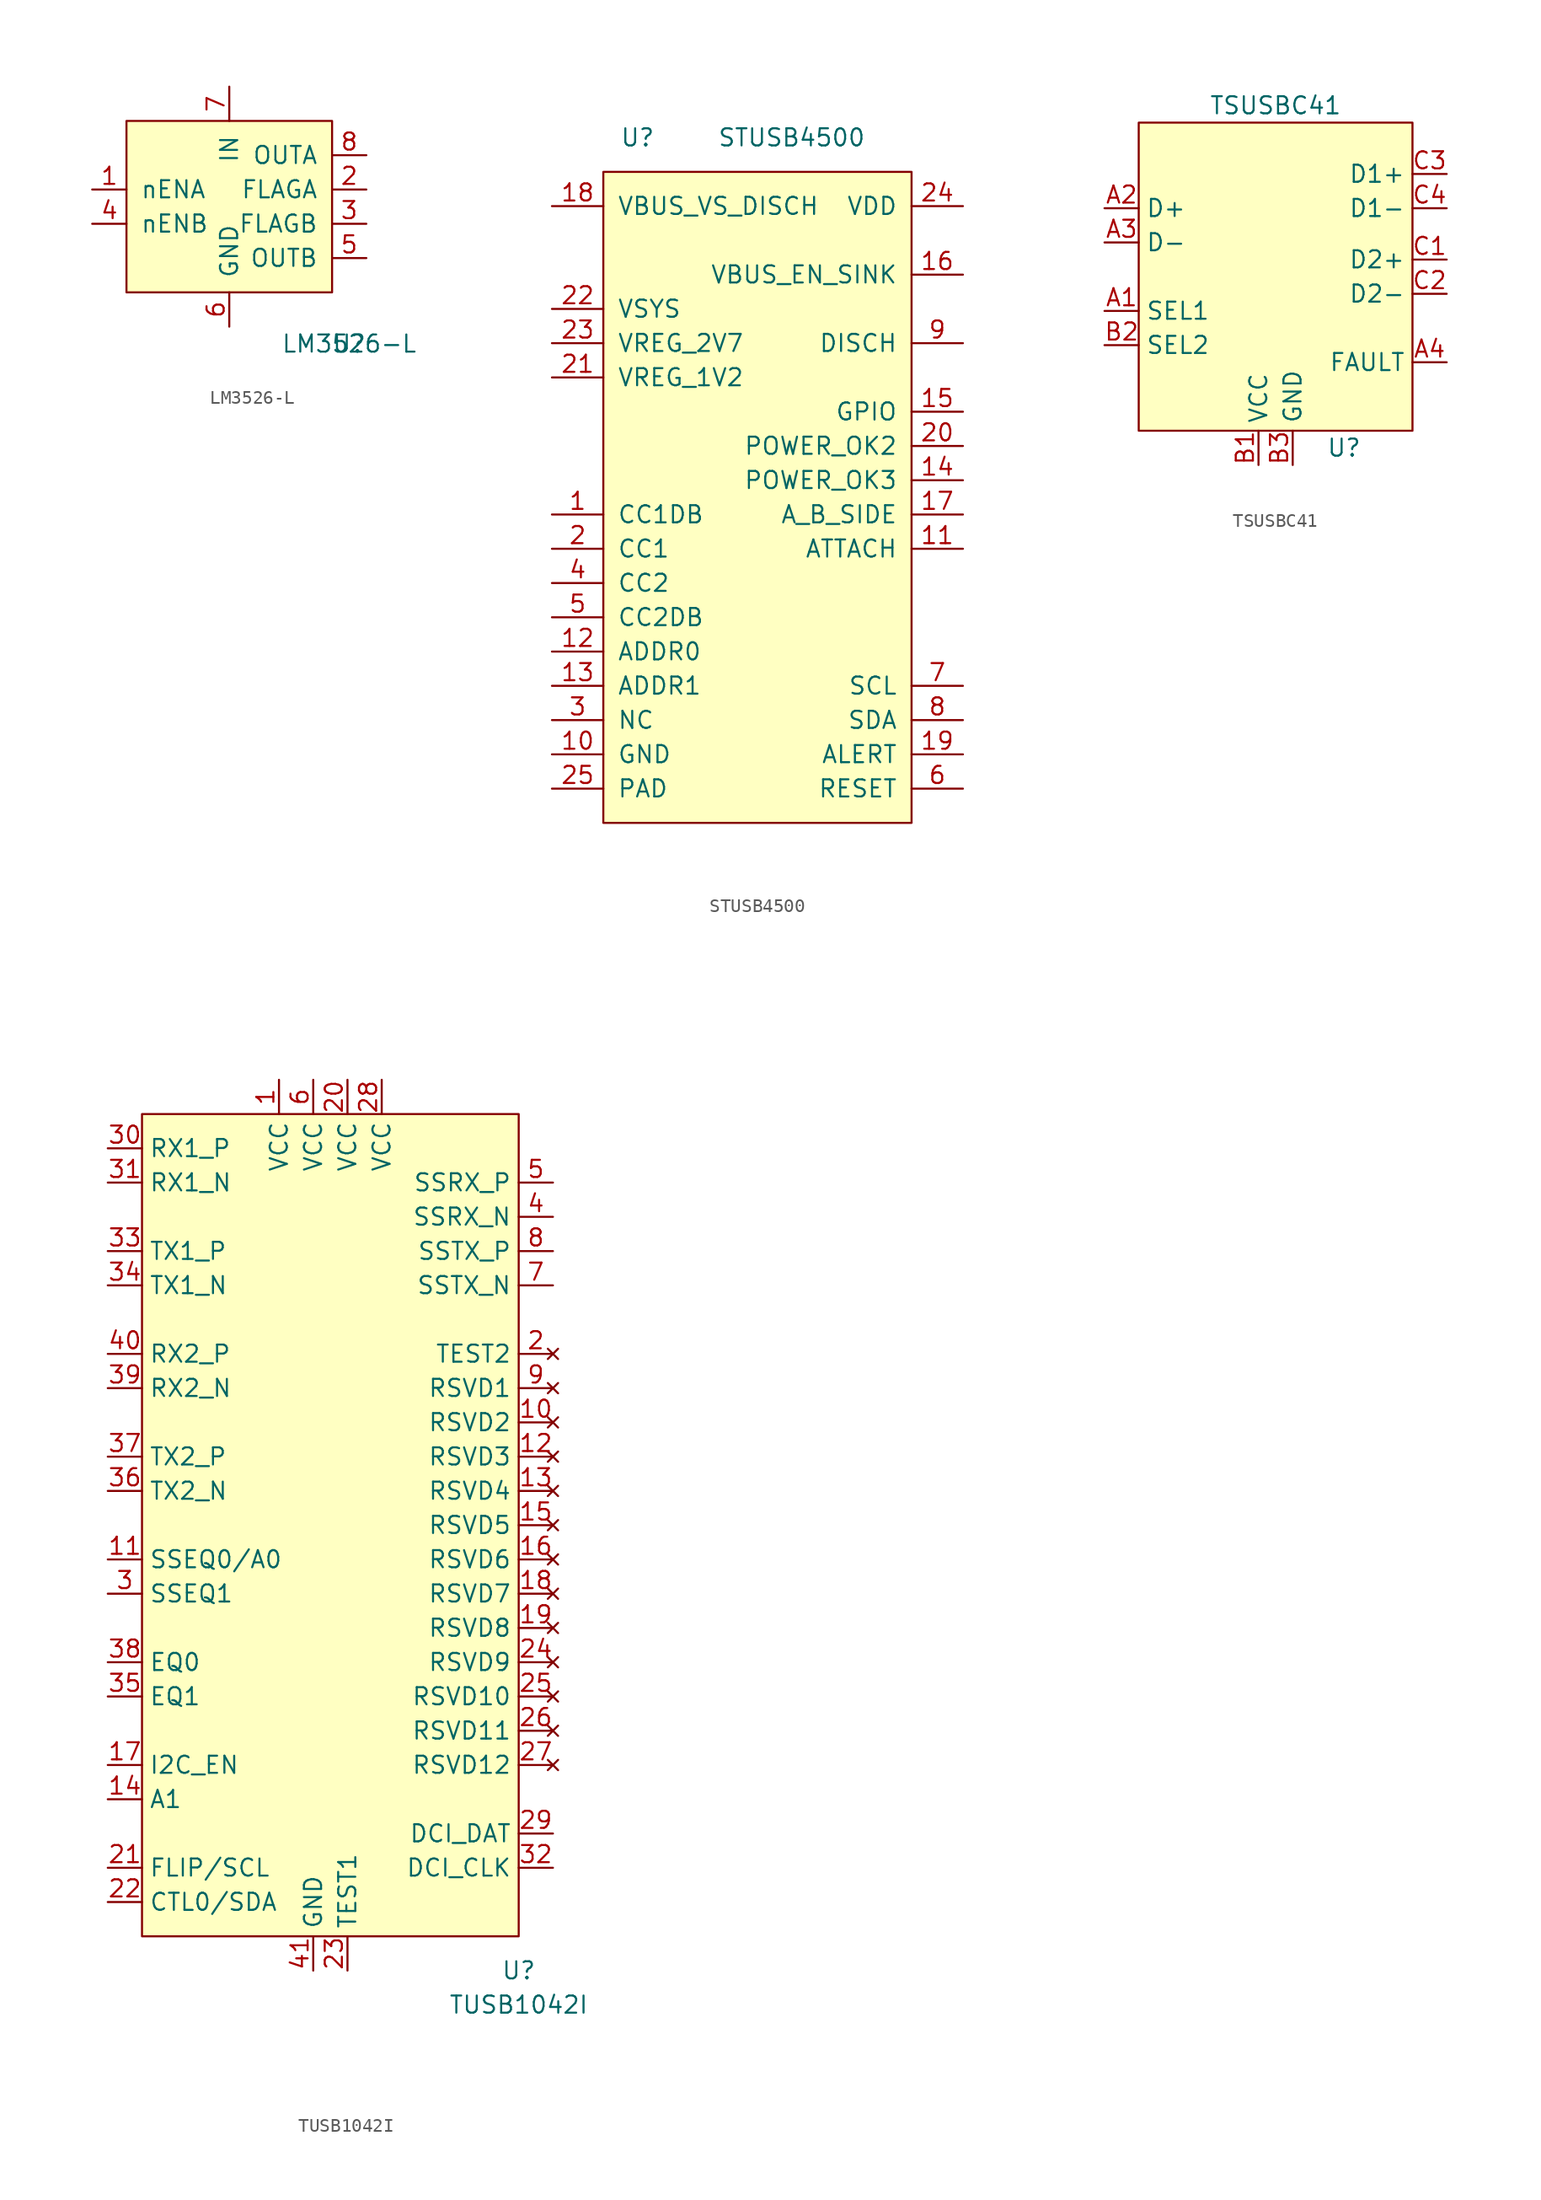
<source format=kicad_sym>
(kicad_symbol_lib
  (version 20210619)
  (generator kicad_symbol_editor)
  (symbol "usb_controller:LM3526-L"
    (pin_names
      (offset 1.016))
    (property "Reference" "U"
      (at 8.89 -11.43 0)
      (effects (font (size 1.27 1.27))))
    (property "Value" "LM3526-L"
      (at 8.89 -11.43 0)
      (effects (font (size 1.27 1.27))))
    (symbol "LM3526-L_0_1"
      (rectangle (start -7.62 5.08) (end 7.62 -7.62) (stroke (width 0.152)) (fill (type background))))
    (symbol "LM3526-L_1_1"
      (pin input line (at -10.16 0 0) (length 2.54) (name "nENA" (effects (font (size 1.27 1.27)))) (number "1" (effects (font (size 1.27 1.27)))))
      (pin output line (at 10.16 0 180) (length 2.54) (name "FLAGA" (effects (font (size 1.27 1.27)))) (number "2" (effects (font (size 1.27 1.27)))))
      (pin output line (at 10.16 -2.54 180) (length 2.54) (name "FLAGB" (effects (font (size 1.27 1.27)))) (number "3" (effects (font (size 1.27 1.27)))))
      (pin input line (at -10.16 -2.54 0) (length 2.54) (name "nENB" (effects (font (size 1.27 1.27)))) (number "4" (effects (font (size 1.27 1.27)))))
      (pin power_out line (at 10.16 -5.08 180) (length 2.54) (name "OUTB" (effects (font (size 1.27 1.27)))) (number "5" (effects (font (size 1.27 1.27)))))
      (pin power_in line (at 0 -10.16 90) (length 2.54) (name "GND" (effects (font (size 1.27 1.27)))) (number "6" (effects (font (size 1.27 1.27)))))
      (pin power_in line (at 0 7.62 270) (length 2.54) (name "IN" (effects (font (size 1.27 1.27)))) (number "7" (effects (font (size 1.27 1.27)))))
      (pin power_out line (at 10.16 2.54 180) (length 2.54) (name "OUTA" (effects (font (size 1.27 1.27)))) (number "8" (effects (font (size 1.27 1.27)))))))
  (symbol "usb_controller:STUSB4500"
    (pin_names
      (offset 1.016))
    (property "Reference" "U"
      (at -6.35 25.4 0)
      (effects (font (size 1.27 1.27))))
    (property "Value" "STUSB4500"
      (at 5.08 25.4 0)
      (effects (font (size 1.27 1.27))))
    (symbol "STUSB4500_0_1"
      (rectangle (start -8.89 22.86) (end 13.97 -25.4) (stroke (width 0)) (fill (type background))))
    (symbol "STUSB4500_1_1"
      (pin input line (at -12.7 -2.54 0) (length 3.81) (name "CC1DB" (effects (font (size 1.27 1.27)))) (number "1" (effects (font (size 1.27 1.27)))))
      (pin input line (at -12.7 -20.32 0) (length 3.81) (name "GND" (effects (font (size 1.27 1.27)))) (number "10" (effects (font (size 1.27 1.27)))))
      (pin input line (at 17.78 -5.08 180) (length 3.81) (name "ATTACH" (effects (font (size 1.27 1.27)))) (number "11" (effects (font (size 1.27 1.27)))))
      (pin input line (at -12.7 -12.7 0) (length 3.81) (name "ADDR0" (effects (font (size 1.27 1.27)))) (number "12" (effects (font (size 1.27 1.27)))))
      (pin input line (at -12.7 -15.24 0) (length 3.81) (name "ADDR1" (effects (font (size 1.27 1.27)))) (number "13" (effects (font (size 1.27 1.27)))))
      (pin input line (at 17.78 0 180) (length 3.81) (name "POWER_OK3" (effects (font (size 1.27 1.27)))) (number "14" (effects (font (size 1.27 1.27)))))
      (pin input line (at 17.78 5.08 180) (length 3.81) (name "GPIO" (effects (font (size 1.27 1.27)))) (number "15" (effects (font (size 1.27 1.27)))))
      (pin input line (at 17.78 15.24 180) (length 3.81) (name "VBUS_EN_SINK" (effects (font (size 1.27 1.27)))) (number "16" (effects (font (size 1.27 1.27)))))
      (pin input line (at 17.78 -2.54 180) (length 3.81) (name "A_B_SIDE" (effects (font (size 1.27 1.27)))) (number "17" (effects (font (size 1.27 1.27)))))
      (pin input line (at -12.7 20.32 0) (length 3.81) (name "VBUS_VS_DISCH" (effects (font (size 1.27 1.27)))) (number "18" (effects (font (size 1.27 1.27)))))
      (pin input line (at 17.78 -20.32 180) (length 3.81) (name "ALERT" (effects (font (size 1.27 1.27)))) (number "19" (effects (font (size 1.27 1.27)))))
      (pin input line (at -12.7 -5.08 0) (length 3.81) (name "CC1" (effects (font (size 1.27 1.27)))) (number "2" (effects (font (size 1.27 1.27)))))
      (pin input line (at 17.78 2.54 180) (length 3.81) (name "POWER_OK2" (effects (font (size 1.27 1.27)))) (number "20" (effects (font (size 1.27 1.27)))))
      (pin input line (at -12.7 7.62 0) (length 3.81) (name "VREG_1V2" (effects (font (size 1.27 1.27)))) (number "21" (effects (font (size 1.27 1.27)))))
      (pin input line (at -12.7 12.7 0) (length 3.81) (name "VSYS" (effects (font (size 1.27 1.27)))) (number "22" (effects (font (size 1.27 1.27)))))
      (pin input line (at -12.7 10.16 0) (length 3.81) (name "VREG_2V7" (effects (font (size 1.27 1.27)))) (number "23" (effects (font (size 1.27 1.27)))))
      (pin input line (at 17.78 20.32 180) (length 3.81) (name "VDD" (effects (font (size 1.27 1.27)))) (number "24" (effects (font (size 1.27 1.27)))))
      (pin input line (at -12.7 -22.86 0) (length 3.81) (name "PAD" (effects (font (size 1.27 1.27)))) (number "25" (effects (font (size 1.27 1.27)))))
      (pin input line (at -12.7 -17.78 0) (length 3.81) (name "NC" (effects (font (size 1.27 1.27)))) (number "3" (effects (font (size 1.27 1.27)))))
      (pin input line (at -12.7 -7.62 0) (length 3.81) (name "CC2" (effects (font (size 1.27 1.27)))) (number "4" (effects (font (size 1.27 1.27)))))
      (pin input line (at -12.7 -10.16 0) (length 3.81) (name "CC2DB" (effects (font (size 1.27 1.27)))) (number "5" (effects (font (size 1.27 1.27)))))
      (pin input line (at 17.78 -22.86 180) (length 3.81) (name "RESET" (effects (font (size 1.27 1.27)))) (number "6" (effects (font (size 1.27 1.27)))))
      (pin input line (at 17.78 -15.24 180) (length 3.81) (name "SCL" (effects (font (size 1.27 1.27)))) (number "7" (effects (font (size 1.27 1.27)))))
      (pin input line (at 17.78 -17.78 180) (length 3.81) (name "SDA" (effects (font (size 1.27 1.27)))) (number "8" (effects (font (size 1.27 1.27)))))
      (pin input line (at 17.78 10.16 180) (length 3.81) (name "DISCH" (effects (font (size 1.27 1.27)))) (number "9" (effects (font (size 1.27 1.27)))))))
  (symbol "usb_controller:TSUSBC41"
    (property "Reference" "U"
      (at 5.08 -12.7 0)
      (effects (font (size 1.27 1.27))))
    (property "Value" "TSUSBC41"
      (at 0 12.7 0)
      (effects (font (size 1.27 1.27))))
    (symbol "TSUSBC41_0_1"
      (rectangle (start 10.16 -11.43) (end -10.16 11.43) (stroke (width 0.152)) (fill (type background))))
    (symbol "TSUSBC41_1_1"
      (pin input line (at -12.7 -2.54 0) (length 2.54) (name "SEL1" (effects (font (size 1.27 1.27)))) (number "A1" (effects (font (size 1.27 1.27)))))
      (pin bidirectional line (at -12.7 5.08 0) (length 2.54) (name "D+" (effects (font (size 1.27 1.27)))) (number "A2" (effects (font (size 1.27 1.27)))))
      (pin bidirectional line (at -12.7 2.54 0) (length 2.54) (name "D-" (effects (font (size 1.27 1.27)))) (number "A3" (effects (font (size 1.27 1.27)))))
      (pin output line (at 12.7 -6.35 180) (length 2.54) (name "FAULT" (effects (font (size 1.27 1.27)))) (number "A4" (effects (font (size 1.27 1.27)))))
      (pin power_in line (at -1.27 -13.97 90) (length 2.54) (name "VCC" (effects (font (size 1.27 1.27)))) (number "B1" (effects (font (size 1.27 1.27)))))
      (pin input line (at -12.7 -5.08 0) (length 2.54) (name "SEL2" (effects (font (size 1.27 1.27)))) (number "B2" (effects (font (size 1.27 1.27)))))
      (pin power_in line (at 1.27 -13.97 90) (length 2.54) (name "GND" (effects (font (size 1.27 1.27)))) (number "B3" (effects (font (size 1.27 1.27)))))
      (pin bidirectional line (at 12.7 1.27 180) (length 2.54) (name "D2+" (effects (font (size 1.27 1.27)))) (number "C1" (effects (font (size 1.27 1.27)))))
      (pin bidirectional line (at 12.7 -1.27 180) (length 2.54) (name "D2-" (effects (font (size 1.27 1.27)))) (number "C2" (effects (font (size 1.27 1.27)))))
      (pin bidirectional line (at 12.7 7.62 180) (length 2.54) (name "D1+" (effects (font (size 1.27 1.27)))) (number "C3" (effects (font (size 1.27 1.27)))))
      (pin bidirectional line (at 12.7 5.08 180) (length 2.54) (name "D1-" (effects (font (size 1.27 1.27)))) (number "C4" (effects (font (size 1.27 1.27)))))))
  (symbol "usb_controller:TUSB1042I"
    (property "Reference" "U"
      (at 15.24 -38.1 0)
      (effects (font (size 1.27 1.27))))
    (property "Value" "TUSB1042I"
      (at 15.24 -40.64 0)
      (effects (font (size 1.27 1.27))))
    (symbol "TUSB1042I_0_1"
      (rectangle (start -12.7 25.4) (end 15.24 -35.56) (stroke (width 0.152)) (fill (type background))))
    (symbol "TUSB1042I_1_1"
      (pin power_in line (at -2.54 27.94 270) (length 2.54) (name "VCC" (effects (font (size 1.27 1.27)))) (number "1" (effects (font (size 1.27 1.27)))))
      (pin no_connect line (at 17.78 2.54 180) (length 2.54) (name "RSVD2" (effects (font (size 1.27 1.27)))) (number "10" (effects (font (size 1.27 1.27)))))
      (pin input line (at -15.24 -7.62 0) (length 2.54) (name "SSEQ0/A0" (effects (font (size 1.27 1.27)))) (number "11" (effects (font (size 1.27 1.27)))))
      (pin no_connect line (at 17.78 0 180) (length 2.54) (name "RSVD3" (effects (font (size 1.27 1.27)))) (number "12" (effects (font (size 1.27 1.27)))))
      (pin no_connect line (at 17.78 -2.54 180) (length 2.54) (name "RSVD4" (effects (font (size 1.27 1.27)))) (number "13" (effects (font (size 1.27 1.27)))))
      (pin input line (at -15.24 -25.4 0) (length 2.54) (name "A1" (effects (font (size 1.27 1.27)))) (number "14" (effects (font (size 1.27 1.27)))))
      (pin no_connect line (at 17.78 -5.08 180) (length 2.54) (name "RSVD5" (effects (font (size 1.27 1.27)))) (number "15" (effects (font (size 1.27 1.27)))))
      (pin no_connect line (at 17.78 -7.62 180) (length 2.54) (name "RSVD6" (effects (font (size 1.27 1.27)))) (number "16" (effects (font (size 1.27 1.27)))))
      (pin input line (at -15.24 -22.86 0) (length 2.54) (name "I2C_EN" (effects (font (size 1.27 1.27)))) (number "17" (effects (font (size 1.27 1.27)))))
      (pin no_connect line (at 17.78 -10.16 180) (length 2.54) (name "RSVD7" (effects (font (size 1.27 1.27)))) (number "18" (effects (font (size 1.27 1.27)))))
      (pin no_connect line (at 17.78 -12.7 180) (length 2.54) (name "RSVD8" (effects (font (size 1.27 1.27)))) (number "19" (effects (font (size 1.27 1.27)))))
      (pin no_connect line (at 17.78 7.62 180) (length 2.54) (name "TEST2" (effects (font (size 1.27 1.27)))) (number "2" (effects (font (size 1.27 1.27)))))
      (pin power_in line (at 2.54 27.94 270) (length 2.54) (name "VCC" (effects (font (size 1.27 1.27)))) (number "20" (effects (font (size 1.27 1.27)))))
      (pin input line (at -15.24 -30.48 0) (length 2.54) (name "FLIP/SCL" (effects (font (size 1.27 1.27)))) (number "21" (effects (font (size 1.27 1.27)))))
      (pin input line (at -15.24 -33.02 0) (length 2.54) (name "CTL0/SDA" (effects (font (size 1.27 1.27)))) (number "22" (effects (font (size 1.27 1.27)))))
      (pin input line (at 2.54 -38.1 90) (length 2.54) (name "TEST1" (effects (font (size 1.27 1.27)))) (number "23" (effects (font (size 1.27 1.27)))))
      (pin no_connect line (at 17.78 -15.24 180) (length 2.54) (name "RSVD9" (effects (font (size 1.27 1.27)))) (number "24" (effects (font (size 1.27 1.27)))))
      (pin no_connect line (at 17.78 -17.78 180) (length 2.54) (name "RSVD10" (effects (font (size 1.27 1.27)))) (number "25" (effects (font (size 1.27 1.27)))))
      (pin no_connect line (at 17.78 -20.32 180) (length 2.54) (name "RSVD11" (effects (font (size 1.27 1.27)))) (number "26" (effects (font (size 1.27 1.27)))))
      (pin no_connect line (at 17.78 -22.86 180) (length 2.54) (name "RSVD12" (effects (font (size 1.27 1.27)))) (number "27" (effects (font (size 1.27 1.27)))))
      (pin power_in line (at 5.08 27.94 270) (length 2.54) (name "VCC" (effects (font (size 1.27 1.27)))) (number "28" (effects (font (size 1.27 1.27)))))
      (pin input line (at 17.78 -27.94 180) (length 2.54) (name "DCI_DAT" (effects (font (size 1.27 1.27)))) (number "29" (effects (font (size 1.27 1.27)))))
      (pin input line (at -15.24 -10.16 0) (length 2.54) (name "SSEQ1" (effects (font (size 1.27 1.27)))) (number "3" (effects (font (size 1.27 1.27)))))
      (pin input line (at -15.24 22.86 0) (length 2.54) (name "RX1_P" (effects (font (size 1.27 1.27)))) (number "30" (effects (font (size 1.27 1.27)))))
      (pin input line (at -15.24 20.32 0) (length 2.54) (name "RX1_N" (effects (font (size 1.27 1.27)))) (number "31" (effects (font (size 1.27 1.27)))))
      (pin input line (at 17.78 -30.48 180) (length 2.54) (name "DCI_CLK" (effects (font (size 1.27 1.27)))) (number "32" (effects (font (size 1.27 1.27)))))
      (pin output line (at -15.24 15.24 0) (length 2.54) (name "TX1_P" (effects (font (size 1.27 1.27)))) (number "33" (effects (font (size 1.27 1.27)))))
      (pin output line (at -15.24 12.7 0) (length 2.54) (name "TX1_N" (effects (font (size 1.27 1.27)))) (number "34" (effects (font (size 1.27 1.27)))))
      (pin input line (at -15.24 -17.78 0) (length 2.54) (name "EQ1" (effects (font (size 1.27 1.27)))) (number "35" (effects (font (size 1.27 1.27)))))
      (pin output line (at -15.24 -2.54 0) (length 2.54) (name "TX2_N" (effects (font (size 1.27 1.27)))) (number "36" (effects (font (size 1.27 1.27)))))
      (pin output line (at -15.24 0 0) (length 2.54) (name "TX2_P" (effects (font (size 1.27 1.27)))) (number "37" (effects (font (size 1.27 1.27)))))
      (pin input line (at -15.24 -15.24 0) (length 2.54) (name "EQ0" (effects (font (size 1.27 1.27)))) (number "38" (effects (font (size 1.27 1.27)))))
      (pin input line (at -15.24 5.08 0) (length 2.54) (name "RX2_N" (effects (font (size 1.27 1.27)))) (number "39" (effects (font (size 1.27 1.27)))))
      (pin input line (at 17.78 17.78 180) (length 2.54) (name "SSRX_N" (effects (font (size 1.27 1.27)))) (number "4" (effects (font (size 1.27 1.27)))))
      (pin input line (at -15.24 7.62 0) (length 2.54) (name "RX2_P" (effects (font (size 1.27 1.27)))) (number "40" (effects (font (size 1.27 1.27)))))
      (pin power_in line (at 0 -38.1 90) (length 2.54) (name "GND" (effects (font (size 1.27 1.27)))) (number "41" (effects (font (size 1.27 1.27)))))
      (pin input line (at 17.78 20.32 180) (length 2.54) (name "SSRX_P" (effects (font (size 1.27 1.27)))) (number "5" (effects (font (size 1.27 1.27)))))
      (pin power_in line (at 0 27.94 270) (length 2.54) (name "VCC" (effects (font (size 1.27 1.27)))) (number "6" (effects (font (size 1.27 1.27)))))
      (pin output line (at 17.78 12.7 180) (length 2.54) (name "SSTX_N" (effects (font (size 1.27 1.27)))) (number "7" (effects (font (size 1.27 1.27)))))
      (pin output line (at 17.78 15.24 180) (length 2.54) (name "SSTX_P" (effects (font (size 1.27 1.27)))) (number "8" (effects (font (size 1.27 1.27)))))
      (pin no_connect line (at 17.78 5.08 180) (length 2.54) (name "RSVD1" (effects (font (size 1.27 1.27)))) (number "9" (effects (font (size 1.27 1.27))))))))
</source>
